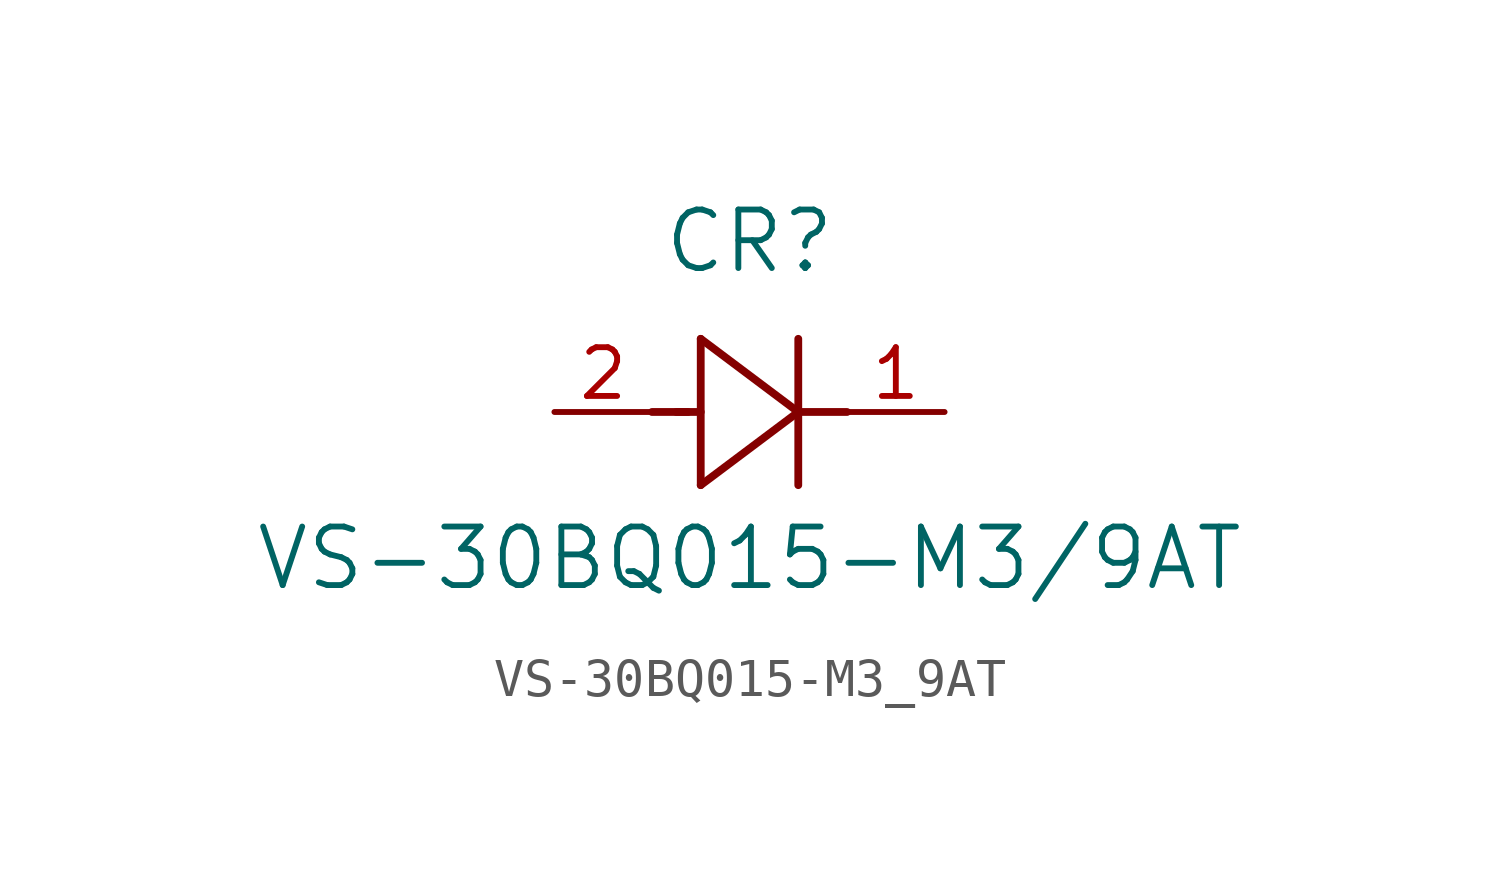
<source format=kicad_sym>
(kicad_symbol_lib
  (version 20211014)
  (generator kicad_symbol_editor)
  (symbol "VS-30BQ015-M3_9AT"
    (pin_names
      (offset 0.254))
    (property "Reference" "CR"
      (at 5.08 4.445 0)
      (effects (font (size 1.524 1.524))))
    (property "Value" "VS-30BQ015-M3/9AT"
      (at 5.08 -3.81 0)
      (effects (font (size 1.524 1.524))))
    (symbol "VS-30BQ015-M3_9AT_0_1"
      (polyline (pts (xy 2.54 0) (xy 3.48 0)) (stroke (width 0.203) (type default) (color 0 0 0 0)) (fill (type none)))
      (polyline (pts (xy 3.81 1.905) (xy 3.81 -1.905)) (stroke (width 0.203) (type default) (color 0 0 0 0)) (fill (type none)))
      (polyline (pts (xy 3.175 0) (xy 3.81 0)) (stroke (width 0.203) (type default) (color 0 0 0 0)) (fill (type none)))
      (polyline (pts (xy 6.35 -1.905) (xy 6.35 1.905)) (stroke (width 0.203) (type default) (color 0 0 0 0)) (fill (type none)))
      (polyline (pts (xy 6.35 0) (xy 7.62 0)) (stroke (width 0.203) (type default) (color 0 0 0 0)) (fill (type none)))
      (polyline (pts (xy 6.35 0) (xy 3.81 1.905)) (stroke (width 0.203) (type default) (color 0 0 0 0)) (fill (type none)))
      (polyline (pts (xy 3.81 -1.905) (xy 6.35 0)) (stroke (width 0.203) (type default) (color 0 0 0 0)) (fill (type none)))
      (pin unspecified line (at 0 0 0) (length 2.54) (name "" (effects (font (size 1.27 1.27)))) (number "2" (effects (font (size 1.27 1.27)))))
      (pin unspecified line (at 10.16 0 180) (length 2.54) (name "" (effects (font (size 1.27 1.27)))) (number "1" (effects (font (size 1.27 1.27))))))))
</source>
